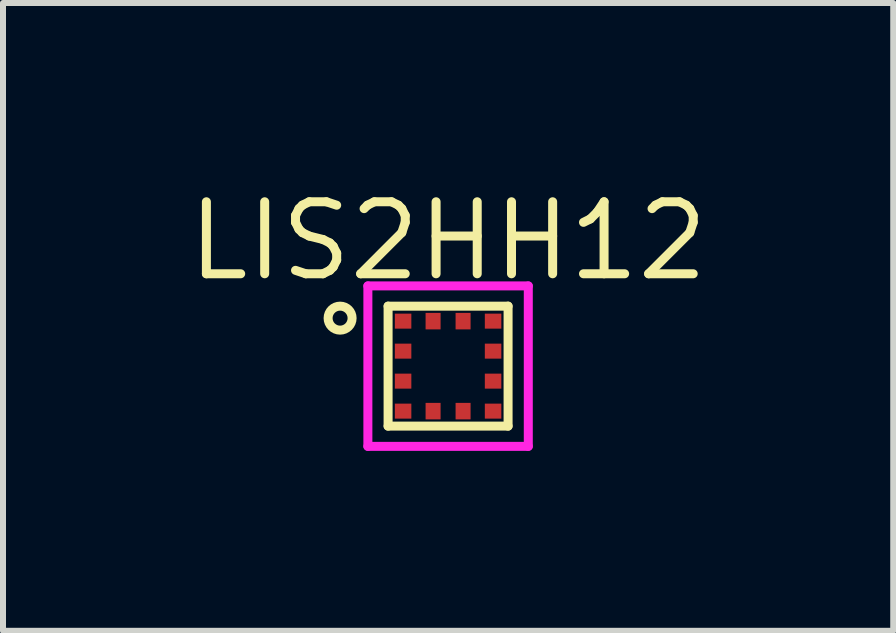
<source format=kicad_pcb>
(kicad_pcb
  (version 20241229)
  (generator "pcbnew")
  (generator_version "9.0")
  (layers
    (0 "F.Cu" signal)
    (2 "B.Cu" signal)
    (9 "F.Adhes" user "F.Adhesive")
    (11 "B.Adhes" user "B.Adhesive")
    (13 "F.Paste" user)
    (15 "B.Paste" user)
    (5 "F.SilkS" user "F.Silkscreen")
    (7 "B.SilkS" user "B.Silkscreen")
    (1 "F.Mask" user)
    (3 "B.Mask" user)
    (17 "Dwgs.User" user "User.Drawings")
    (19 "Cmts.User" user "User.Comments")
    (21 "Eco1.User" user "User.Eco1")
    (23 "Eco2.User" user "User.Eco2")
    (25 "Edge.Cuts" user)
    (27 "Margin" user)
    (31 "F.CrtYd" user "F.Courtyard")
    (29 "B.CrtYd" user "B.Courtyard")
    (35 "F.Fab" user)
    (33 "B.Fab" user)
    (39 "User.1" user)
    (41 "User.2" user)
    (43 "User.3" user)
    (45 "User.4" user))
  (footprint "LIS2HH12"
    (layer "F.Cu")
    (at 4.419 3.053)
    (property "Reference" "LIS2HH12" (at 0 -2.087 0) (layer "F.SilkS") (effects (font (size 1.2 1.2) (thickness 0.15))))
    (attr through_hole)
    (fp_line (start -1 -1) (end 1 -1) (stroke (width 0.15) (type solid)) (layer "F.SilkS"))
    (fp_line (start -1 1) (end -1 -1) (stroke (width 0.15) (type solid)) (layer "F.SilkS"))
    (fp_line (start 1 -1) (end 1 1) (stroke (width 0.15) (type solid)) (layer "F.SilkS"))
    (fp_line (start 1 1) (end -1 1) (stroke (width 0.15) (type solid)) (layer "F.SilkS"))
    (fp_circle (center -1.8 -0.8) (end -1.8 -0.6) (stroke (width 0.15) (type solid)) (fill no) (layer "F.SilkS"))
    (fp_line (start -1.337 -1.337) (end 1.337 -1.337) (stroke (width 0.15) (type solid)) (layer "F.CrtYd"))
    (fp_line (start -1.337 1.337) (end -1.337 -1.337) (stroke (width 0.15) (type solid)) (layer "F.CrtYd"))
    (fp_line (start 1.337 -1.337) (end 1.337 1.337) (stroke (width 0.15) (type solid)) (layer "F.CrtYd"))
    (fp_line (start 1.337 1.337) (end -1.337 1.337) (stroke (width 0.15) (type solid)) (layer "F.CrtYd"))
    (pad "1" smd rect (at -0.75 -0.75 90) (size 0.25 0.275) (layers "F.Cu" "F.Mask" "F.Paste"))
    (pad "2" smd rect (at -0.75 -0.25 90) (size 0.25 0.275) (layers "F.Cu" "F.Mask" "F.Paste"))
    (pad "3" smd rect (at -0.75 0.25 90) (size 0.25 0.275) (layers "F.Cu" "F.Mask" "F.Paste"))
    (pad "4" smd rect (at -0.75 0.75 90) (size 0.25 0.275) (layers "F.Cu" "F.Mask" "F.Paste"))
    (pad "5" smd rect (at -0.25 0.75) (size 0.25 0.275) (layers "F.Cu" "F.Mask" "F.Paste"))
    (pad "6" smd rect (at 0.25 0.75) (size 0.25 0.275) (layers "F.Cu" "F.Mask" "F.Paste"))
    (pad "7" smd rect (at 0.75 0.75 90) (size 0.25 0.275) (layers "F.Cu" "F.Mask" "F.Paste"))
    (pad "8" smd rect (at 0.75 0.25 90) (size 0.25 0.275) (layers "F.Cu" "F.Mask" "F.Paste"))
    (pad "9" smd rect (at 0.75 -0.25 90) (size 0.25 0.275) (layers "F.Cu" "F.Mask" "F.Paste"))
    (pad "10" smd rect (at 0.75 -0.75 90) (size 0.25 0.275) (layers "F.Cu" "F.Mask" "F.Paste"))
    (pad "11" smd rect (at 0.25 -0.75) (size 0.25 0.275) (layers "F.Cu" "F.Mask" "F.Paste"))
    (pad "12" smd rect (at -0.25 -0.75) (size 0.25 0.275) (layers "F.Cu" "F.Mask" "F.Paste")))
  (gr_rect
    (start -3 -3)
    (end 11.839 7.465)
    (stroke (width 0.1) (type default))
    (fill no)
    (layer "Edge.Cuts")))
</source>
